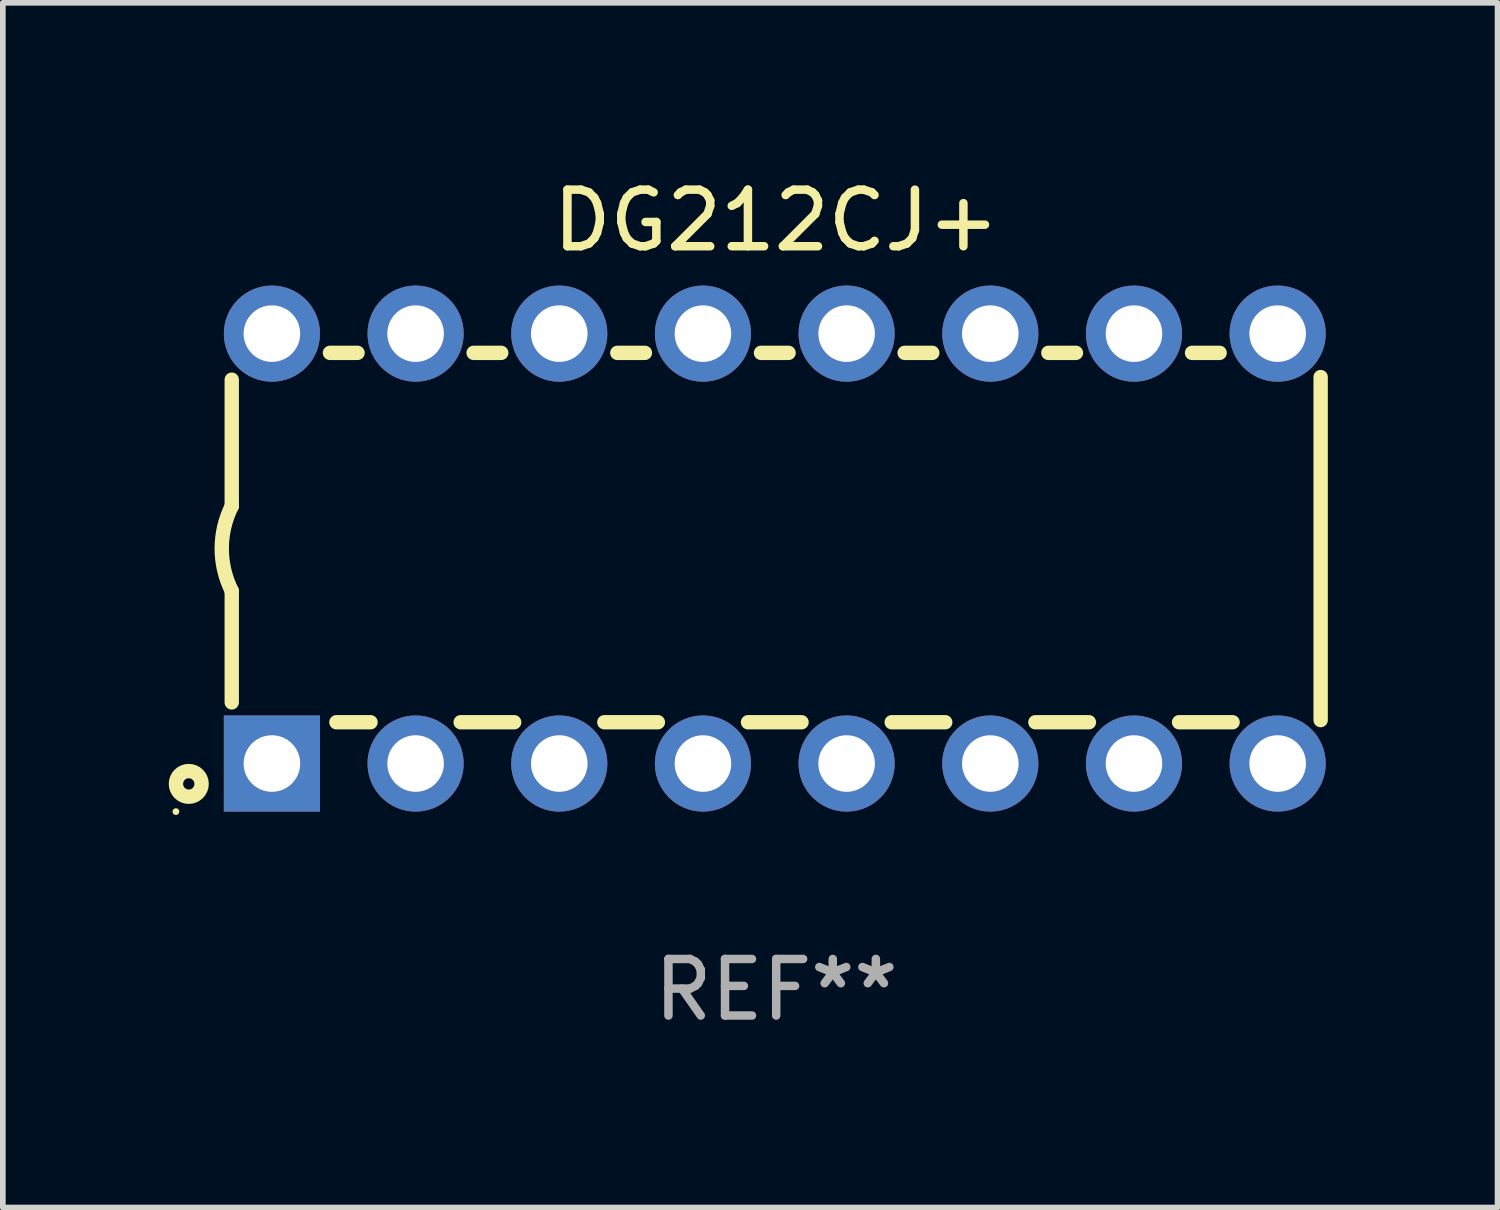
<source format=kicad_pcb>
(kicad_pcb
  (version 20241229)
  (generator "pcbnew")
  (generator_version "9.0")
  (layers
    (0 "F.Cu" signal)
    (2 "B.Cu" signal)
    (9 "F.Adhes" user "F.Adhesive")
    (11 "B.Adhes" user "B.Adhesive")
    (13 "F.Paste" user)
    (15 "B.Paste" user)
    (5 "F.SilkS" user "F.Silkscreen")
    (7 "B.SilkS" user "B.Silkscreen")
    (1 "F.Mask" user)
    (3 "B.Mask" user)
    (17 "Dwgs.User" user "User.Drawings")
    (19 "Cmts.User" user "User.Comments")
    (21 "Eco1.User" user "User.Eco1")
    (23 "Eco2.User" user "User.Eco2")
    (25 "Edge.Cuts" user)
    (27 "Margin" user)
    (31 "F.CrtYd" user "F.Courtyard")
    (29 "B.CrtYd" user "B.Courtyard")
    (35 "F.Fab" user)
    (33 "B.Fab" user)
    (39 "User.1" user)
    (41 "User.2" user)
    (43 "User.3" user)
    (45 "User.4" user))
  (footprint "DG212CJ+"
    (layer "F.Cu")
    (at 10.672 6.648)
    (property "Reference" "DG212CJ+" (at 0 -5.8 0) (layer "F.SilkS") (effects (font (size 1 1) (thickness 0.15))))
    (attr through_hole)
    (fp_line (start -9.625 -0.75) (end -9.625 -2.986) (stroke (width 0.254) (type solid)) (layer "F.SilkS"))
    (fp_line (start -9.625 0.749) (end -9.625 2.719) (stroke (width 0.254) (type solid)) (layer "F.SilkS"))
    (fp_line (start -7.889 -3.46) (end -7.401 -3.46) (stroke (width 0.254) (type solid)) (layer "F.SilkS"))
    (fp_line (start -7.775 3.07) (end -7.172 3.07) (stroke (width 0.254) (type solid)) (layer "F.SilkS"))
    (fp_line (start -5.578 3.07) (end -4.632 3.07) (stroke (width 0.254) (type solid)) (layer "F.SilkS"))
    (fp_line (start -5.349 -3.46) (end -4.861 -3.46) (stroke (width 0.254) (type solid)) (layer "F.SilkS"))
    (fp_line (start -3.038 3.07) (end -2.092 3.07) (stroke (width 0.254) (type solid)) (layer "F.SilkS"))
    (fp_line (start -2.809 -3.46) (end -2.321 -3.46) (stroke (width 0.254) (type solid)) (layer "F.SilkS"))
    (fp_line (start -0.498 3.07) (end 0.448 3.07) (stroke (width 0.254) (type solid)) (layer "F.SilkS"))
    (fp_line (start -0.269 -3.46) (end 0.219 -3.46) (stroke (width 0.254) (type solid)) (layer "F.SilkS"))
    (fp_line (start 2.042 3.07) (end 2.988 3.07) (stroke (width 0.254) (type solid)) (layer "F.SilkS"))
    (fp_line (start 2.271 -3.46) (end 2.759 -3.46) (stroke (width 0.254) (type solid)) (layer "F.SilkS"))
    (fp_line (start 4.582 3.07) (end 5.528 3.07) (stroke (width 0.254) (type solid)) (layer "F.SilkS"))
    (fp_line (start 4.811 -3.46) (end 5.299 -3.46) (stroke (width 0.254) (type solid)) (layer "F.SilkS"))
    (fp_line (start 7.122 3.07) (end 8.068 3.07) (stroke (width 0.254) (type solid)) (layer "F.SilkS"))
    (fp_line (start 7.351 -3.46) (end 7.839 -3.46) (stroke (width 0.254) (type solid)) (layer "F.SilkS"))
    (fp_line (start 9.625 3.032) (end 9.625 -3.032) (stroke (width 0.254) (type solid)) (layer "F.SilkS"))
    (fp_arc (start -9.624993 0.748819) (mid -9.801912 -0.000581) (end -9.625019 -0.749987) (stroke (width 0.254001) (type solid)) (layer "F.SilkS"))
    (fp_circle (center -10.612 4.65) (end -10.582 4.65) (stroke (width 0.06) (type solid)) (fill no) (layer "F.SilkS"))
    (fp_circle (center -10.385 4.16) (end -10.285 4.16) (stroke (width 0.254) (type solid)) (fill no) (layer "F.SilkS"))
    (fp_text user "REF**" (at 0 7.8 0) (layer "F.Fab") (effects (font (size 1 1) (thickness 0.15))))
    (pad "1" thru_hole rect (at -8.915 3.8 90) (size 1.7 1.7) (drill 1) (layers "*.Cu" "*.Mask"))
    (pad "2" thru_hole circle (at -6.375 3.8) (size 1.7 1.7) (drill 1) (layers "*.Cu" "*.Mask"))
    (pad "3" thru_hole circle (at -3.835 3.8) (size 1.7 1.7) (drill 1) (layers "*.Cu" "*.Mask"))
    (pad "4" thru_hole circle (at -1.295 3.8) (size 1.7 1.7) (drill 1) (layers "*.Cu" "*.Mask"))
    (pad "5" thru_hole circle (at 1.245 3.8) (size 1.7 1.7) (drill 1) (layers "*.Cu" "*.Mask"))
    (pad "6" thru_hole circle (at 3.785 3.8) (size 1.7 1.7) (drill 1) (layers "*.Cu" "*.Mask"))
    (pad "7" thru_hole circle (at 6.325 3.8) (size 1.7 1.7) (drill 1) (layers "*.Cu" "*.Mask"))
    (pad "8" thru_hole circle (at 8.865 3.8) (size 1.7 1.7) (drill 1) (layers "*.Cu" "*.Mask"))
    (pad "9" thru_hole circle (at 8.865 -3.8) (size 1.7 1.7) (drill 1) (layers "*.Cu" "*.Mask"))
    (pad "10" thru_hole circle (at 6.325 -3.8) (size 1.7 1.7) (drill 1) (layers "*.Cu" "*.Mask"))
    (pad "11" thru_hole circle (at 3.785 -3.8) (size 1.7 1.7) (drill 1) (layers "*.Cu" "*.Mask"))
    (pad "12" thru_hole circle (at 1.245 -3.8) (size 1.7 1.7) (drill 1) (layers "*.Cu" "*.Mask"))
    (pad "13" thru_hole circle (at -1.295 -3.8) (size 1.7 1.7) (drill 1) (layers "*.Cu" "*.Mask"))
    (pad "14" thru_hole circle (at -3.835 -3.8) (size 1.7 1.7) (drill 1) (layers "*.Cu" "*.Mask"))
    (pad "15" thru_hole circle (at -6.375 -3.8) (size 1.7 1.7) (drill 1) (layers "*.Cu" "*.Mask"))
    (pad "16" thru_hole circle (at -8.915 -3.8) (size 1.7 1.7) (drill 1) (layers "*.Cu" "*.Mask")))
  (gr_rect
    (start -3 -3)
    (end 23.424 18.297)
    (stroke (width 0.1) (type default))
    (fill no)
    (layer "Edge.Cuts")))
</source>
